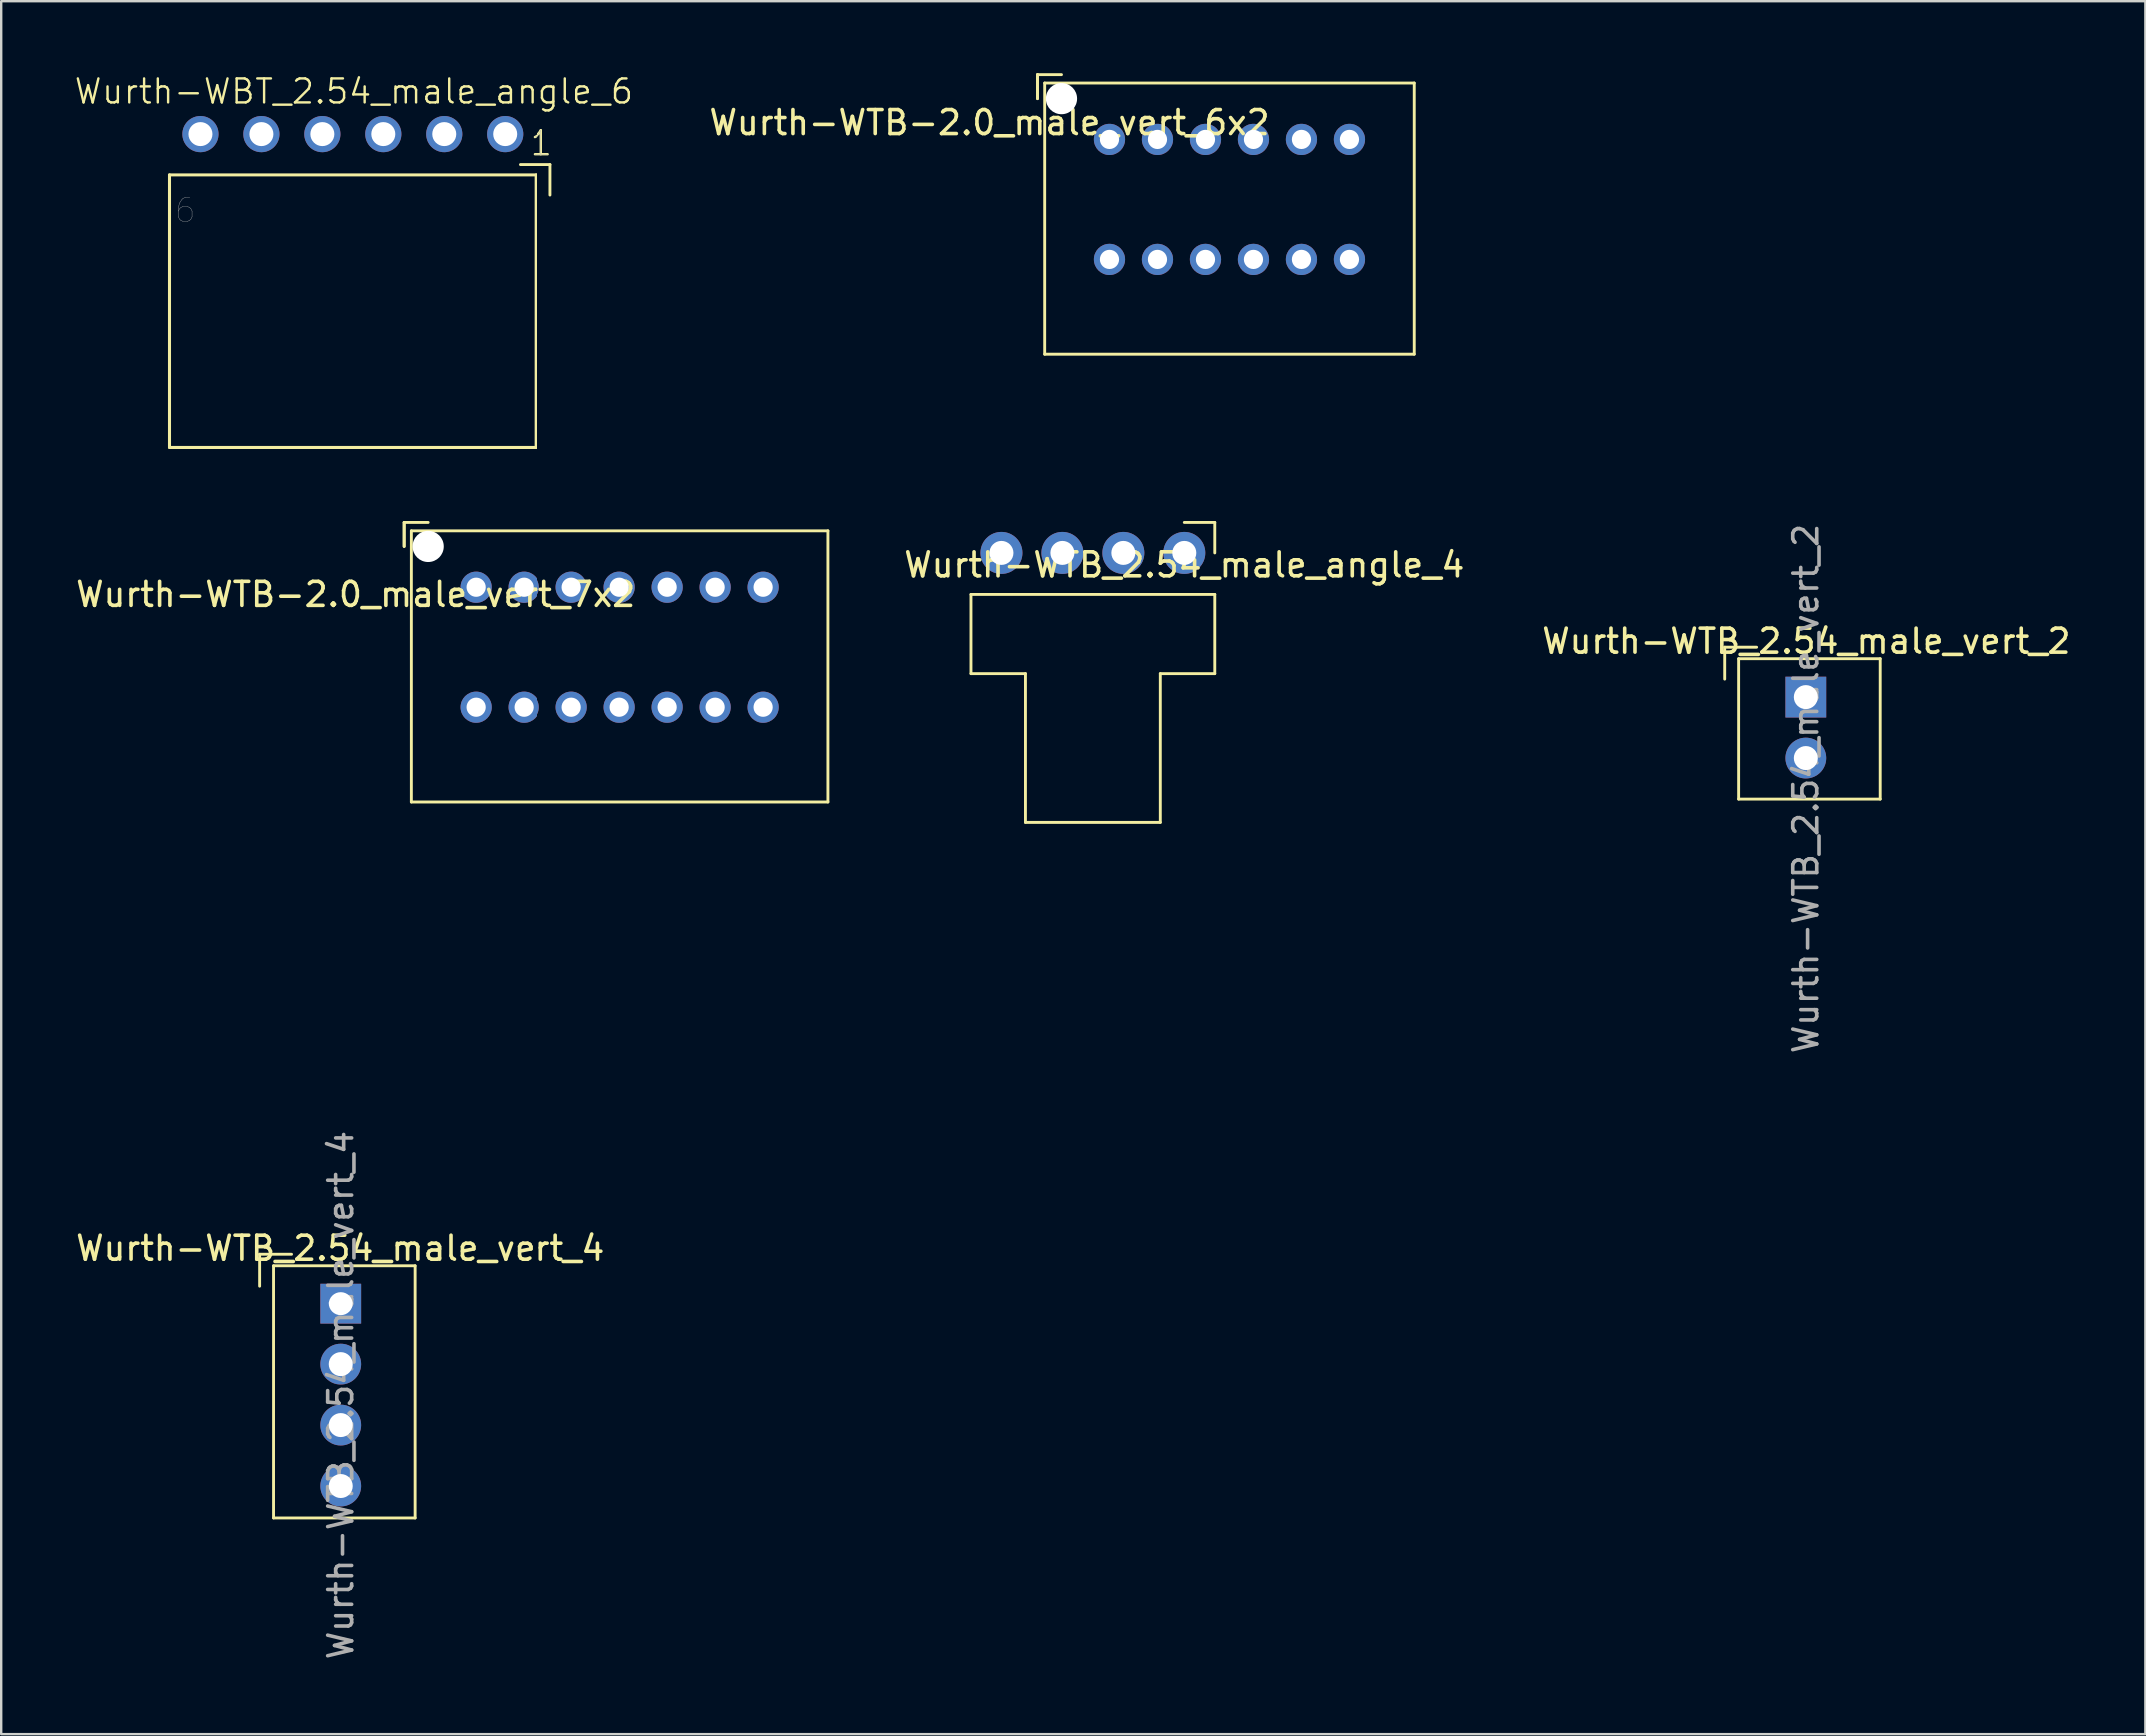
<source format=kicad_pcb>
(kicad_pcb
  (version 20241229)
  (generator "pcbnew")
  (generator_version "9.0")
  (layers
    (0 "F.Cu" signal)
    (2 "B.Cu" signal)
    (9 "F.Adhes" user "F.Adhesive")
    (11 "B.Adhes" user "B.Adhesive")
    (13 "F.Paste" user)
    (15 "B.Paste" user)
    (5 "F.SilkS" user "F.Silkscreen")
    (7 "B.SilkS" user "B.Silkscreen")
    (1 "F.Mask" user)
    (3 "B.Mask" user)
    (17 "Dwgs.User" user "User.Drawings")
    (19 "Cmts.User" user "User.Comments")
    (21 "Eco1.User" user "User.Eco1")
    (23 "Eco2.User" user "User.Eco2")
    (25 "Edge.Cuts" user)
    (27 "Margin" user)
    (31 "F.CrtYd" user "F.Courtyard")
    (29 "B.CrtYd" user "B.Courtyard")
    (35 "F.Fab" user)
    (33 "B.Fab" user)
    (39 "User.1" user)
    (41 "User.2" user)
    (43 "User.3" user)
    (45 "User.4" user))
  (footprint "Wurth-WTB_2.54_male_angle_4"
    (layer "F.Cu")
    (at 46.343 20.032)
    (property "Reference" "Wurth-WTB_2.54_male_angle_4" (at 0 0.5 0) (layer "F.SilkS") (effects (font (size 1 1) (thickness 0.15))))
    (attr through_hole)
    (fp_line (start -8.89 1.73) (end -8.89 5.03) (stroke (width 0.12) (type solid)) (layer "F.SilkS"))
    (fp_line (start -8.89 5.03) (end -6.62 5.03) (stroke (width 0.12) (type solid)) (layer "F.SilkS"))
    (fp_line (start -6.62 5.03) (end -6.62 11.23) (stroke (width 0.12) (type solid)) (layer "F.SilkS"))
    (fp_line (start -6.62 11.23) (end -1 11.23) (stroke (width 0.12) (type solid)) (layer "F.SilkS"))
    (fp_line (start -1 5.03) (end -1 11.23) (stroke (width 0.12) (type solid)) (layer "F.SilkS"))
    (fp_line (start 1.27 -1.27) (end 0 -1.27) (stroke (width 0.12) (type solid)) (layer "F.SilkS"))
    (fp_line (start 1.27 -1.27) (end 1.27 0) (stroke (width 0.12) (type solid)) (layer "F.SilkS"))
    (fp_line (start 1.27 1.73) (end -8.89 1.73) (stroke (width 0.12) (type solid)) (layer "F.SilkS"))
    (fp_line (start 1.27 1.73) (end 1.27 5.03) (stroke (width 0.12) (type solid)) (layer "F.SilkS"))
    (fp_line (start 1.27 5.03) (end -1 5.03) (stroke (width 0.12) (type solid)) (layer "F.SilkS"))
    (pad "1" thru_hole circle (at 0 0) (size 1.75 1.75) (drill 1) (layers "*.Cu" "*.Mask"))
    (pad "2" thru_hole circle (at -2.54 0) (size 1.75 1.75) (drill 1) (layers "*.Cu" "*.Mask"))
    (pad "3" thru_hole circle (at -5.08 0) (size 1.75 1.75) (drill 1) (layers "*.Cu" "*.Mask"))
    (pad "4" thru_hole circle (at -7.62 0) (size 1.75 1.75) (drill 1) (layers "*.Cu" "*.Mask")))
  (footprint "Wurth-WBT_2.54_male_angle_6"
    (layer "F.Cu")
    (at 11.653 2.538)
    (property "Reference" "Wurth-WBT_2.54_male_angle_6" (at 0.064 -1.778 0) (layer "F.SilkS") (effects (font (size 1 1) (thickness 0.1))))
    (attr through_hole)
    (fp_line (start -7.64 1.7) (end 7.64 1.7) (stroke (width 0.127) (type solid)) (layer "F.SilkS"))
    (fp_line (start -7.64 13.1) (end -7.64 1.7) (stroke (width 0.127) (type solid)) (layer "F.SilkS"))
    (fp_line (start 6.985 1.27) (end 8.255 1.27) (stroke (width 0.12) (type solid)) (layer "F.SilkS"))
    (fp_line (start 7.64 1.7) (end 7.64 13.1) (stroke (width 0.127) (type solid)) (layer "F.SilkS"))
    (fp_line (start 7.64 13.1) (end -7.64 13.1) (stroke (width 0.127) (type solid)) (layer "F.SilkS"))
    (fp_line (start 8.255 1.27) (end 8.255 2.54) (stroke (width 0.12) (type solid)) (layer "F.SilkS"))
    (fp_text user "1" (at 7.874 0.381 0) (layer "F.SilkS") (effects (font (size 1 1) (thickness 0.1))))
    (fp_text user "1" (at 7.874 0.381 0) (layer "F.Fab") (effects (font (size 1 1) (thickness 0.015))))
    (fp_text user "6" (at -6.985 3.175 0) (layer "F.Fab") (effects (font (size 1 1) (thickness 0.015))))
    (pad "1" thru_hole circle (at 6.35 0) (size 1.508 1.508) (drill 1) (layers "*.Cu" "*.Mask"))
    (pad "2" thru_hole circle (at 3.81 0) (size 1.508 1.508) (drill 1) (layers "*.Cu" "*.Mask"))
    (pad "3" thru_hole circle (at 1.27 0) (size 1.508 1.508) (drill 1) (layers "*.Cu" "*.Mask"))
    (pad "4" thru_hole circle (at -1.27 0) (size 1.508 1.508) (drill 1) (layers "*.Cu" "*.Mask"))
    (pad "5" thru_hole circle (at -3.81 0) (size 1.508 1.508) (drill 1) (layers "*.Cu" "*.Mask"))
    (pad "6" thru_hole circle (at -6.35 0) (size 1.508 1.508) (drill 1) (layers "*.Cu" "*.Mask")))
  (footprint "Wurth-WTB_2.54_male_vert_2"
    (layer "F.Cu")
    (at 72.284 26.041)
    (property "Reference" "Wurth-WTB_2.54_male_vert_2" (at 0 -2.33 0) (layer "F.SilkS") (effects (font (size 1 1) (thickness 0.15))))
    (attr through_hole)
    (fp_line (start -3.38 -2.08) (end -2.05 -2.08) (stroke (width 0.12) (type solid)) (layer "F.SilkS"))
    (fp_line (start -3.38 -0.75) (end -3.38 -2.08) (stroke (width 0.12) (type solid)) (layer "F.SilkS"))
    (fp_line (start -2.8 -1.6) (end -2.8 4.25) (stroke (width 0.12) (type solid)) (layer "F.SilkS"))
    (fp_line (start -2.8 -1.6) (end 3.1 -1.6) (stroke (width 0.12) (type solid)) (layer "F.SilkS"))
    (fp_line (start -2.8 4.25) (end 3.1 4.25) (stroke (width 0.12) (type solid)) (layer "F.SilkS"))
    (fp_line (start 3.1 -1.6) (end 3.1 4.25) (stroke (width 0.12) (type solid)) (layer "F.SilkS"))
    (fp_text user "${REFERENCE}" (at 0 3.81 90) (layer "F.Fab") (effects (font (size 1 1) (thickness 0.15))))
    (pad "1" thru_hole rect (at 0 0) (size 1.7 1.7) (drill 1) (layers "*.Cu" "*.Mask"))
    (pad "2" thru_hole oval (at 0 2.54) (size 1.7 1.7) (drill 1) (layers "*.Cu" "*.Mask")))
  (footprint "Wurth-WTB_2.54_male_vert_4"
    (layer "F.Cu")
    (at 11.149 51.338)
    (property "Reference" "Wurth-WTB_2.54_male_vert_4" (at 0 -2.33 0) (layer "F.SilkS") (effects (font (size 1 1) (thickness 0.15))))
    (attr through_hole)
    (fp_line (start -3.38 -2.08) (end -2.05 -2.08) (stroke (width 0.12) (type solid)) (layer "F.SilkS"))
    (fp_line (start -3.38 -0.75) (end -3.38 -2.08) (stroke (width 0.12) (type solid)) (layer "F.SilkS"))
    (fp_line (start -2.8 -1.6) (end -2.8 8.95) (stroke (width 0.12) (type solid)) (layer "F.SilkS"))
    (fp_line (start -2.8 -1.6) (end 3.1 -1.6) (stroke (width 0.12) (type solid)) (layer "F.SilkS"))
    (fp_line (start -2.8 8.95) (end 3.1 8.95) (stroke (width 0.12) (type solid)) (layer "F.SilkS"))
    (fp_line (start 3.1 -1.6) (end 3.1 8.95) (stroke (width 0.12) (type solid)) (layer "F.SilkS"))
    (fp_text user "${REFERENCE}" (at 0 3.81 90) (layer "F.Fab") (effects (font (size 1 1) (thickness 0.15))))
    (pad "1" thru_hole rect (at 0 0) (size 1.7 1.7) (drill 1) (layers "*.Cu" "*.Mask"))
    (pad "2" thru_hole oval (at 0 2.54) (size 1.7 1.7) (drill 1) (layers "*.Cu" "*.Mask"))
    (pad "3" thru_hole oval (at 0 5.08) (size 1.7 1.7) (drill 1) (layers "*.Cu" "*.Mask"))
    (pad "4" thru_hole oval (at 0 7.62) (size 1.7 1.7) (drill 1) (layers "*.Cu" "*.Mask")))
  (footprint "Wurth-WTB-2.0_male_vert_7x2"
    (layer "F.Cu")
    (at 14.792 19.762)
    (property "Reference" "Wurth-WTB-2.0_male_vert_7x2" (at -3 2 0) (layer "F.SilkS") (effects (font (size 1 1) (thickness 0.15))))
    (attr through_hole)
    (fp_line (start -1 -1) (end -1 0) (stroke (width 0.12) (type solid)) (layer "F.SilkS"))
    (fp_line (start -1 -1) (end 0 -1) (stroke (width 0.12) (type solid)) (layer "F.SilkS"))
    (fp_line (start -1 0) (end -1 -1) (stroke (width 0.12) (type solid)) (layer "F.SilkS"))
    (fp_line (start -0.7 -0.65) (end -0.7 10.65) (stroke (width 0.12) (type solid)) (layer "F.SilkS"))
    (fp_line (start -0.7 -0.65) (end 16.7 -0.65) (stroke (width 0.12) (type solid)) (layer "F.SilkS"))
    (fp_line (start -0.7 10.65) (end 16.7 10.65) (stroke (width 0.12) (type solid)) (layer "F.SilkS"))
    (fp_line (start 16.7 -0.65) (end 16.7 10.65) (stroke (width 0.12) (type solid)) (layer "F.SilkS"))
    (pad "" np_thru_hole circle (at 0 0) (size 1.3 1.3) (drill 1.3) (layers "*.Cu" "*.Mask"))
    (pad "1" thru_hole circle (at 2 1.7) (size 1.3 1.3) (drill 0.8) (layers "*.Cu" "*.Mask"))
    (pad "2" thru_hole circle (at 2 6.7) (size 1.3 1.3) (drill 0.8) (layers "*.Cu" "*.Mask"))
    (pad "3" thru_hole circle (at 4 1.7) (size 1.3 1.3) (drill 0.8) (layers "*.Cu" "*.Mask"))
    (pad "4" thru_hole circle (at 4 6.7) (size 1.3 1.3) (drill 0.8) (layers "*.Cu" "*.Mask"))
    (pad "5" thru_hole circle (at 6 1.7) (size 1.3 1.3) (drill 0.8) (layers "*.Cu" "*.Mask"))
    (pad "6" thru_hole circle (at 6 6.7) (size 1.3 1.3) (drill 0.8) (layers "*.Cu" "*.Mask"))
    (pad "7" thru_hole circle (at 8 1.7) (size 1.3 1.3) (drill 0.8) (layers "*.Cu" "*.Mask"))
    (pad "8" thru_hole circle (at 8 6.7) (size 1.3 1.3) (drill 0.8) (layers "*.Cu" "*.Mask"))
    (pad "9" thru_hole circle (at 10 1.7) (size 1.3 1.3) (drill 0.8) (layers "*.Cu" "*.Mask"))
    (pad "10" thru_hole circle (at 10 6.7) (size 1.3 1.3) (drill 0.8) (layers "*.Cu" "*.Mask"))
    (pad "11" thru_hole circle (at 12 1.7) (size 1.3 1.3) (drill 0.8) (layers "*.Cu" "*.Mask"))
    (pad "12" thru_hole circle (at 12 6.7) (size 1.3 1.3) (drill 0.8) (layers "*.Cu" "*.Mask"))
    (pad "13" thru_hole circle (at 14 1.7) (size 1.3 1.3) (drill 0.8) (layers "*.Cu" "*.Mask"))
    (pad "14" thru_hole circle (at 14 6.7) (size 1.3 1.3) (drill 0.8) (layers "*.Cu" "*.Mask")))
  (footprint "Wurth-WTB-2.0_male_vert_6x2"
    (layer "F.Cu")
    (at 41.225 1.06)
    (property "Reference" "Wurth-WTB-2.0_male_vert_6x2" (at -3 1 0) (layer "F.SilkS") (effects (font (size 1 1) (thickness 0.15))))
    (attr through_hole)
    (fp_line (start -1 -1) (end -1 0) (stroke (width 0.12) (type solid)) (layer "F.SilkS"))
    (fp_line (start -1 -1) (end 0 -1) (stroke (width 0.12) (type solid)) (layer "F.SilkS"))
    (fp_line (start -1 0) (end -1 -1) (stroke (width 0.12) (type solid)) (layer "F.SilkS"))
    (fp_line (start -0.7 -0.65) (end -0.7 10.65) (stroke (width 0.12) (type solid)) (layer "F.SilkS"))
    (fp_line (start -0.7 -0.65) (end 14.7 -0.65) (stroke (width 0.12) (type solid)) (layer "F.SilkS"))
    (fp_line (start -0.7 10.65) (end 14.7 10.65) (stroke (width 0.12) (type solid)) (layer "F.SilkS"))
    (fp_line (start 14.7 -0.65) (end 14.7 10.65) (stroke (width 0.12) (type solid)) (layer "F.SilkS"))
    (pad "" np_thru_hole circle (at 0 0) (size 1.3 1.3) (drill 1.3) (layers "*.Cu" "*.Mask"))
    (pad "1" thru_hole circle (at 2 1.7) (size 1.3 1.3) (drill 0.8) (layers "*.Cu" "*.Mask"))
    (pad "2" thru_hole circle (at 2 6.7) (size 1.3 1.3) (drill 0.8) (layers "*.Cu" "*.Mask"))
    (pad "3" thru_hole circle (at 4 1.7) (size 1.3 1.3) (drill 0.8) (layers "*.Cu" "*.Mask"))
    (pad "4" thru_hole circle (at 4 6.7) (size 1.3 1.3) (drill 0.8) (layers "*.Cu" "*.Mask"))
    (pad "5" thru_hole circle (at 6 1.7) (size 1.3 1.3) (drill 0.8) (layers "*.Cu" "*.Mask"))
    (pad "6" thru_hole circle (at 6 6.7) (size 1.3 1.3) (drill 0.8) (layers "*.Cu" "*.Mask"))
    (pad "7" thru_hole circle (at 8 1.7) (size 1.3 1.3) (drill 0.8) (layers "*.Cu" "*.Mask"))
    (pad "8" thru_hole circle (at 8 6.7) (size 1.3 1.3) (drill 0.8) (layers "*.Cu" "*.Mask"))
    (pad "9" thru_hole circle (at 10 1.7) (size 1.3 1.3) (drill 0.8) (layers "*.Cu" "*.Mask"))
    (pad "10" thru_hole circle (at 10 6.7) (size 1.3 1.3) (drill 0.8) (layers "*.Cu" "*.Mask"))
    (pad "11" thru_hole circle (at 12 1.7) (size 1.3 1.3) (drill 0.8) (layers "*.Cu" "*.Mask"))
    (pad "12" thru_hole circle (at 12 6.7) (size 1.3 1.3) (drill 0.8) (layers "*.Cu" "*.Mask")))
  (gr_rect
    (start -3 -3)
    (end 86.433 69.297)
    (stroke (width 0.1) (type default))
    (fill no)
    (layer "Edge.Cuts")))
</source>
